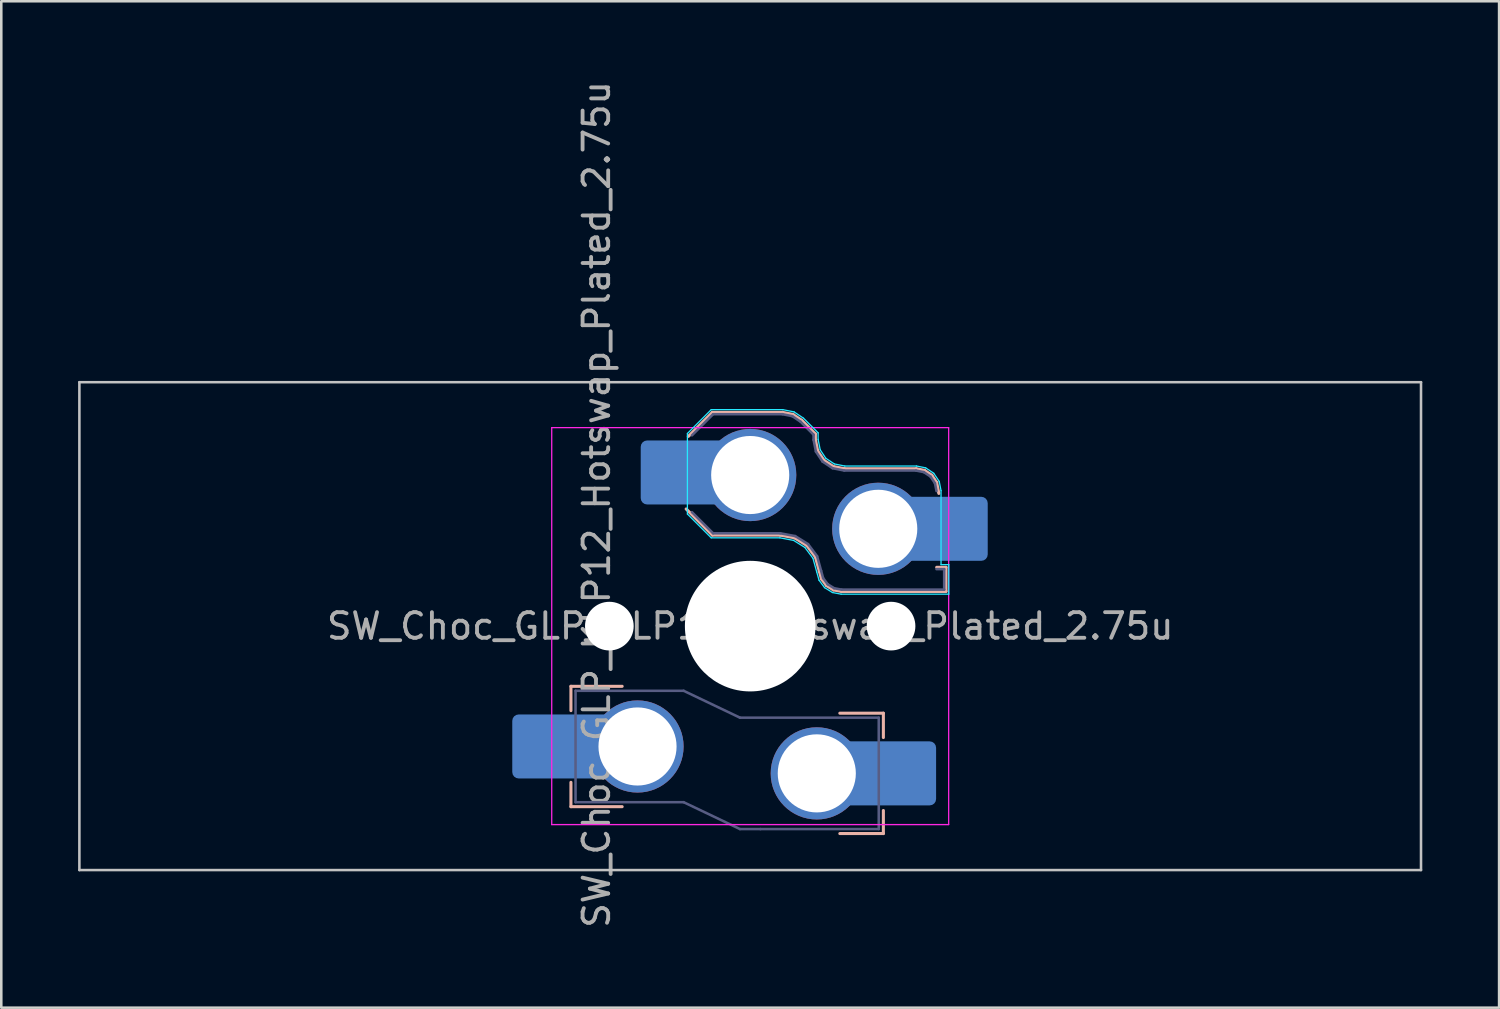
<source format=kicad_pcb>
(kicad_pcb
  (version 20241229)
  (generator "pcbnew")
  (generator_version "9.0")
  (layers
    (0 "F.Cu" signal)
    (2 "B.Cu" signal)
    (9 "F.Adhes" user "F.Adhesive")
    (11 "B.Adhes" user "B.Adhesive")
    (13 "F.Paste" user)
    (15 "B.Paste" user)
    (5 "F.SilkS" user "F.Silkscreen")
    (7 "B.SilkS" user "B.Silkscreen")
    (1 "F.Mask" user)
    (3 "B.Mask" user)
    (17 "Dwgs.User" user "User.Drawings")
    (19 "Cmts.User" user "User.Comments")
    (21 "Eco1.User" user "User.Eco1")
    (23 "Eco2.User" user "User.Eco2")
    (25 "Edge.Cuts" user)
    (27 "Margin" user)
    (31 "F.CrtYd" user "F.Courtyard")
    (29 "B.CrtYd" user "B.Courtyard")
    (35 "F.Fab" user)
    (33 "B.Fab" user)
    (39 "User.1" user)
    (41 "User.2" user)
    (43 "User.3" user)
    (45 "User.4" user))
  (footprint "SW_Choc_GLP_KLP12_Hotswap_Plated_2.75u"
    (layer "F.Cu")
    (at 26.244 21.399)
    (property "Reference" "SW_Choc_GLP_KLP12_Hotswap_Plated_2.75u" (at -6 -4.75 90) (layer "F.Fab") (effects (font (size 1 1) (thickness 0.15))))
    (attr smd)
    (fp_line (start -7 2.35) (end -7 3.3) (stroke (width 0.12) (type solid)) (layer "B.SilkS"))
    (fp_line (start -7 2.35) (end -5 2.35) (stroke (width 0.12) (type solid)) (layer "B.SilkS"))
    (fp_line (start -7 7.05) (end -7 6.1) (stroke (width 0.12) (type solid)) (layer "B.SilkS"))
    (fp_line (start -7 7.05) (end -5 7.05) (stroke (width 0.12) (type solid)) (layer "B.SilkS"))
    (fp_line (start -2.416 -7.409) (end -1.479 -8.346) (stroke (width 0.12) (type solid)) (layer "B.SilkS"))
    (fp_line (start -1.479 -8.346) (end 1.268 -8.346) (stroke (width 0.12) (type solid)) (layer "B.SilkS"))
    (fp_line (start -1.479 -3.554) (end -2.5 -4.575) (stroke (width 0.12) (type solid)) (layer "B.SilkS"))
    (fp_line (start 1.168 -3.554) (end -1.479 -3.554) (stroke (width 0.12) (type solid)) (layer "B.SilkS"))
    (fp_line (start 1.268 -8.346) (end 1.671 -8.266) (stroke (width 0.12) (type solid)) (layer "B.SilkS"))
    (fp_line (start 1.671 -8.266) (end 2.013 -8.037) (stroke (width 0.12) (type solid)) (layer "B.SilkS"))
    (fp_line (start 1.73 -3.449) (end 1.168 -3.554) (stroke (width 0.12) (type solid)) (layer "B.SilkS"))
    (fp_line (start 2.013 -8.037) (end 2.546 -7.504) (stroke (width 0.12) (type solid)) (layer "B.SilkS"))
    (fp_line (start 2.209 -3.15) (end 1.73 -3.449) (stroke (width 0.12) (type solid)) (layer "B.SilkS"))
    (fp_line (start 2.546 -7.504) (end 2.546 -7.282) (stroke (width 0.12) (type solid)) (layer "B.SilkS"))
    (fp_line (start 2.546 -7.282) (end 2.633 -6.844) (stroke (width 0.12) (type solid)) (layer "B.SilkS"))
    (fp_line (start 2.547 -2.697) (end 2.209 -3.15) (stroke (width 0.12) (type solid)) (layer "B.SilkS"))
    (fp_line (start 2.633 -6.844) (end 2.877 -6.477) (stroke (width 0.12) (type solid)) (layer "B.SilkS"))
    (fp_line (start 2.701 -2.139) (end 2.547 -2.697) (stroke (width 0.12) (type solid)) (layer "B.SilkS"))
    (fp_line (start 2.783 -1.841) (end 2.701 -2.139) (stroke (width 0.12) (type solid)) (layer "B.SilkS"))
    (fp_line (start 2.877 -6.477) (end 3.244 -6.233) (stroke (width 0.12) (type solid)) (layer "B.SilkS"))
    (fp_line (start 2.976 -1.583) (end 2.783 -1.841) (stroke (width 0.12) (type solid)) (layer "B.SilkS"))
    (fp_line (start 3.244 -6.233) (end 3.682 -6.146) (stroke (width 0.12) (type solid)) (layer "B.SilkS"))
    (fp_line (start 3.25 -1.413) (end 2.976 -1.583) (stroke (width 0.12) (type solid)) (layer "B.SilkS"))
    (fp_line (start 3.56 -1.354) (end 3.25 -1.413) (stroke (width 0.12) (type solid)) (layer "B.SilkS"))
    (fp_line (start 3.682 -6.146) (end 6.482 -6.146) (stroke (width 0.12) (type solid)) (layer "B.SilkS"))
    (fp_line (start 5.2 3.4) (end 3.5 3.4) (stroke (width 0.12) (type solid)) (layer "B.SilkS"))
    (fp_line (start 5.2 3.4) (end 5.2 4.35) (stroke (width 0.12) (type solid)) (layer "B.SilkS"))
    (fp_line (start 5.2 8.1) (end 3.5 8.1) (stroke (width 0.12) (type solid)) (layer "B.SilkS"))
    (fp_line (start 5.2 8.1) (end 5.2 7.2) (stroke (width 0.12) (type solid)) (layer "B.SilkS"))
    (fp_line (start 6.482 -6.146) (end 6.809 -6.081) (stroke (width 0.12) (type solid)) (layer "B.SilkS"))
    (fp_line (start 6.809 -6.081) (end 7.092 -5.892) (stroke (width 0.12) (type solid)) (layer "B.SilkS"))
    (fp_line (start 7.092 -5.892) (end 7.281 -5.609) (stroke (width 0.12) (type solid)) (layer "B.SilkS"))
    (fp_line (start 7.281 -5.609) (end 7.366 -5.182) (stroke (width 0.12) (type solid)) (layer "B.SilkS"))
    (fp_line (start 7.283 -2.296) (end 7.646 -2.296) (stroke (width 0.12) (type solid)) (layer "B.SilkS"))
    (fp_line (start 7.646 -2.296) (end 7.646 -1.354) (stroke (width 0.12) (type solid)) (layer "B.SilkS"))
    (fp_line (start 7.646 -1.354) (end 3.56 -1.354) (stroke (width 0.12) (type solid)) (layer "B.SilkS"))
    (fp_line (start -26.194 -9.525) (end -26.194 9.525) (stroke (width 0.1) (type default)) (layer "Dwgs.User"))
    (fp_line (start -26.194 -9.525) (end 26.194 -9.525) (stroke (width 0.1) (type solid)) (layer "Dwgs.User"))
    (fp_line (start -26.194 9.525) (end 26.194 9.525) (stroke (width 0.1) (type solid)) (layer "Dwgs.User"))
    (fp_line (start 26.194 -9.525) (end 26.194 9.525) (stroke (width 0.1) (type default)) (layer "Dwgs.User"))
    (fp_line (start -2.452 -7.523) (end -1.523 -8.452) (stroke (width 0.05) (type solid)) (layer "B.CrtYd"))
    (fp_line (start -2.452 -4.377) (end -2.452 -7.523) (stroke (width 0.05) (type solid)) (layer "B.CrtYd"))
    (fp_line (start -1.523 -8.452) (end 1.278 -8.452) (stroke (width 0.05) (type solid)) (layer "B.CrtYd"))
    (fp_line (start -1.523 -3.448) (end -2.452 -4.377) (stroke (width 0.05) (type solid)) (layer "B.CrtYd"))
    (fp_line (start 1.159 -3.448) (end -1.523 -3.448) (stroke (width 0.05) (type solid)) (layer "B.CrtYd"))
    (fp_line (start 1.278 -8.452) (end 1.712 -8.366) (stroke (width 0.05) (type solid)) (layer "B.CrtYd"))
    (fp_line (start 1.691 -3.348) (end 1.159 -3.448) (stroke (width 0.05) (type solid)) (layer "B.CrtYd"))
    (fp_line (start 1.712 -8.366) (end 2.081 -8.119) (stroke (width 0.05) (type solid)) (layer "B.CrtYd"))
    (fp_line (start 2.081 -8.119) (end 2.652 -7.548) (stroke (width 0.05) (type solid)) (layer "B.CrtYd"))
    (fp_line (start 2.136 -3.071) (end 1.691 -3.348) (stroke (width 0.05) (type solid)) (layer "B.CrtYd"))
    (fp_line (start 2.45 -2.65) (end 2.136 -3.071) (stroke (width 0.05) (type solid)) (layer "B.CrtYd"))
    (fp_line (start 2.599 -2.111) (end 2.45 -2.65) (stroke (width 0.05) (type solid)) (layer "B.CrtYd"))
    (fp_line (start 2.652 -7.548) (end 2.652 -7.292) (stroke (width 0.05) (type solid)) (layer "B.CrtYd"))
    (fp_line (start 2.652 -7.292) (end 2.733 -6.885) (stroke (width 0.05) (type solid)) (layer "B.CrtYd"))
    (fp_line (start 2.687 -1.794) (end 2.599 -2.111) (stroke (width 0.05) (type solid)) (layer "B.CrtYd"))
    (fp_line (start 2.733 -6.885) (end 2.953 -6.553) (stroke (width 0.05) (type solid)) (layer "B.CrtYd"))
    (fp_line (start 2.903 -1.503) (end 2.687 -1.794) (stroke (width 0.05) (type solid)) (layer "B.CrtYd"))
    (fp_line (start 2.953 -6.553) (end 3.285 -6.333) (stroke (width 0.05) (type solid)) (layer "B.CrtYd"))
    (fp_line (start 3.211 -1.312) (end 2.903 -1.503) (stroke (width 0.05) (type solid)) (layer "B.CrtYd"))
    (fp_line (start 3.285 -6.333) (end 3.692 -6.252) (stroke (width 0.05) (type solid)) (layer "B.CrtYd"))
    (fp_line (start 3.55 -1.248) (end 3.211 -1.312) (stroke (width 0.05) (type solid)) (layer "B.CrtYd"))
    (fp_line (start 3.692 -6.252) (end 6.492 -6.252) (stroke (width 0.05) (type solid)) (layer "B.CrtYd"))
    (fp_line (start 6.492 -6.252) (end 6.85 -6.181) (stroke (width 0.05) (type solid)) (layer "B.CrtYd"))
    (fp_line (start 6.85 -6.181) (end 7.168 -5.968) (stroke (width 0.05) (type solid)) (layer "B.CrtYd"))
    (fp_line (start 7.168 -5.968) (end 7.381 -5.65) (stroke (width 0.05) (type solid)) (layer "B.CrtYd"))
    (fp_line (start 7.381 -5.65) (end 7.452 -5.292) (stroke (width 0.05) (type solid)) (layer "B.CrtYd"))
    (fp_line (start 7.452 -5.292) (end 7.452 -2.402) (stroke (width 0.05) (type solid)) (layer "B.CrtYd"))
    (fp_line (start 7.452 -2.402) (end 7.752 -2.402) (stroke (width 0.05) (type solid)) (layer "B.CrtYd"))
    (fp_line (start 7.752 -2.402) (end 7.752 -1.248) (stroke (width 0.05) (type solid)) (layer "B.CrtYd"))
    (fp_line (start 7.752 -1.248) (end 3.55 -1.248) (stroke (width 0.05) (type solid)) (layer "B.CrtYd"))
    (fp_line (start -7.75 7.75) (end -7.75 -7.75) (stroke (width 0.05) (type solid)) (layer "F.CrtYd"))
    (fp_line (start 7.75 -7.75) (end -7.75 -7.75) (stroke (width 0.05) (type solid)) (layer "F.CrtYd"))
    (fp_line (start 7.75 -7.75) (end 7.75 7.75) (stroke (width 0.05) (type solid)) (layer "F.CrtYd"))
    (fp_line (start 7.75 7.75) (end -7.75 7.75) (stroke (width 0.05) (type solid)) (layer "F.CrtYd"))
    (fp_line (start -6.82 2.525) (end -6.82 6.875) (stroke (width 0.1) (type solid)) (layer "B.Fab"))
    (fp_line (start -6.82 2.525) (end -2.6 2.525) (stroke (width 0.1) (type solid)) (layer "B.Fab"))
    (fp_line (start -6.82 6.875) (end -2.6 6.875) (stroke (width 0.1) (type solid)) (layer "B.Fab"))
    (fp_line (start -2.6 2.525) (end -0.4 3.575) (stroke (width 0.1) (type solid)) (layer "B.Fab"))
    (fp_line (start -2.6 6.875) (end -0.4 7.925) (stroke (width 0.1) (type solid)) (layer "B.Fab"))
    (fp_line (start -2.275 -7.45) (end -1.45 -8.275) (stroke (width 0.1) (type solid)) (layer "B.Fab"))
    (fp_line (start -1.45 -8.275) (end 1.261 -8.275) (stroke (width 0.1) (type solid)) (layer "B.Fab"))
    (fp_line (start -1.45 -3.625) (end -2.275 -4.45) (stroke (width 0.1) (type solid)) (layer "B.Fab"))
    (fp_line (start 0.4 7.925) (end -0.4 7.925) (stroke (width 0.1) (type solid)) (layer "B.Fab"))
    (fp_line (start 1.175 -3.625) (end -1.45 -3.625) (stroke (width 0.1) (type solid)) (layer "B.Fab"))
    (fp_line (start 1.261 -8.275) (end 1.643 -8.199) (stroke (width 0.1) (type solid)) (layer "B.Fab"))
    (fp_line (start 1.643 -8.199) (end 1.968 -7.982) (stroke (width 0.1) (type solid)) (layer "B.Fab"))
    (fp_line (start 1.756 -3.516) (end 1.175 -3.625) (stroke (width 0.1) (type solid)) (layer "B.Fab"))
    (fp_line (start 1.968 -7.982) (end 2.475 -7.475) (stroke (width 0.1) (type solid)) (layer "B.Fab"))
    (fp_line (start 2.258 -3.203) (end 1.756 -3.516) (stroke (width 0.1) (type solid)) (layer "B.Fab"))
    (fp_line (start 2.475 -7.475) (end 2.475 -7.275) (stroke (width 0.1) (type solid)) (layer "B.Fab"))
    (fp_line (start 2.475 -7.275) (end 2.566 -6.816) (stroke (width 0.1) (type solid)) (layer "B.Fab"))
    (fp_line (start 2.566 -6.816) (end 2.826 -6.426) (stroke (width 0.1) (type solid)) (layer "B.Fab"))
    (fp_line (start 2.612 -2.729) (end 2.258 -3.203) (stroke (width 0.1) (type solid)) (layer "B.Fab"))
    (fp_line (start 2.769 -2.158) (end 2.612 -2.729) (stroke (width 0.1) (type solid)) (layer "B.Fab"))
    (fp_line (start 2.826 -6.426) (end 3.216 -6.166) (stroke (width 0.1) (type solid)) (layer "B.Fab"))
    (fp_line (start 2.848 -1.873) (end 2.769 -2.158) (stroke (width 0.1) (type solid)) (layer "B.Fab"))
    (fp_line (start 3.025 -1.636) (end 2.848 -1.873) (stroke (width 0.1) (type solid)) (layer "B.Fab"))
    (fp_line (start 3.216 -6.166) (end 3.675 -6.075) (stroke (width 0.1) (type solid)) (layer "B.Fab"))
    (fp_line (start 3.276 -1.48) (end 3.025 -1.636) (stroke (width 0.1) (type solid)) (layer "B.Fab"))
    (fp_line (start 3.567 -1.425) (end 3.276 -1.48) (stroke (width 0.1) (type solid)) (layer "B.Fab"))
    (fp_line (start 3.675 -6.075) (end 6.475 -6.075) (stroke (width 0.1) (type solid)) (layer "B.Fab"))
    (fp_line (start 5.02 3.575) (end -0.4 3.575) (stroke (width 0.1) (type solid)) (layer "B.Fab"))
    (fp_line (start 5.02 3.575) (end 5.02 7.925) (stroke (width 0.1) (type solid)) (layer "B.Fab"))
    (fp_line (start 5.02 7.925) (end 0.4 7.925) (stroke (width 0.1) (type solid)) (layer "B.Fab"))
    (fp_line (start 6.475 -6.075) (end 6.781 -6.014) (stroke (width 0.1) (type solid)) (layer "B.Fab"))
    (fp_line (start 6.781 -6.014) (end 7.041 -5.841) (stroke (width 0.1) (type solid)) (layer "B.Fab"))
    (fp_line (start 7.041 -5.841) (end 7.214 -5.581) (stroke (width 0.1) (type solid)) (layer "B.Fab"))
    (fp_line (start 7.214 -5.581) (end 7.275 -5.275) (stroke (width 0.1) (type solid)) (layer "B.Fab"))
    (fp_line (start 7.275 -2.225) (end 7.575 -2.225) (stroke (width 0.1) (type solid)) (layer "B.Fab"))
    (fp_line (start 7.575 -2.225) (end 7.575 -1.425) (stroke (width 0.1) (type solid)) (layer "B.Fab"))
    (fp_line (start 7.575 -1.425) (end 3.567 -1.425) (stroke (width 0.1) (type solid)) (layer "B.Fab"))
    (fp_rect (start -7.05 -7.05) (end 7.05 7.05) (stroke (width 0.12) (type default)) (fill no) (layer "User.1"))
    (fp_text user "${REFERENCE}" (at 0 0 0) (layer "F.Fab") (effects (font (size 1 1) (thickness 0.15))))
    (pad "" smd roundrect (at -8.04 4.7) (size 2.5 2.5) (layers "B.Mask" "B.Paste") (roundrect_rratio 0.1))
    (pad "" smd roundrect (at -8.04 4.7) (size 2.5 2.5) (layers "B.Paste") (roundrect_rratio 0.1))
    (pad "" np_thru_hole circle (at -5.5 0) (size 1.9 1.9) (drill 1.9) (layers "*.Cu" "*.Mask"))
    (pad "" smd roundrect (at -3.025 -6) (size 2.5 2.5) (layers "B.Paste") (roundrect_rratio 0.1))
    (pad "" np_thru_hole circle (at 0 0) (size 5.1 5.1) (drill 5.1) (layers "*.Cu" "*.Mask"))
    (pad "" np_thru_hole circle (at 5.5 0) (size 1.9 1.9) (drill 1.9) (layers "*.Cu" "*.Mask"))
    (pad "" smd roundrect (at 6.01 5.75) (size 2.5 2.5) (layers "B.Mask" "B.Paste") (roundrect_rratio 0.1))
    (pad "" smd roundrect (at 6.01 5.75) (size 2.5 2.5) (layers "B.Paste") (roundrect_rratio 0.1))
    (pad "" smd roundrect (at 8.025 -3.8) (size 2.5 2.5) (layers "B.Paste") (roundrect_rratio 0.1))
    (pad "1" thru_hole circle (at 2.6 5.75) (size 3.6 3.6) (drill 3.05) (layers "*.Cu" "*.Mask"))
    (pad "1" thru_hole circle (at 5 -3.8) (size 3.6 3.6) (drill 3.05) (layers "*.Cu" "*.Mask"))
    (pad "1" smd roundrect (at 5.334 5.75) (size 3.85 2.5) (layers "B.Cu" "B.Mask") (roundrect_rratio 0.1))
    (pad "1" smd roundrect (at 7.35 -3.8) (size 3.85 2.5) (layers "B.Cu" "B.Mask") (roundrect_rratio 0.1))
    (pad "2" smd roundrect (at -7.366 4.699) (size 3.85 2.5) (layers "B.Cu" "B.Mask") (roundrect_rratio 0.1))
    (pad "2" thru_hole circle (at -4.4 4.7) (size 3.6 3.6) (drill 3.05) (layers "*.Cu" "*.Mask"))
    (pad "2" smd roundrect (at -2.35 -6) (size 3.85 2.5) (layers "B.Cu" "B.Mask") (roundrect_rratio 0.1))
    (pad "2" thru_hole circle (at 0 -5.9) (size 3.6 3.6) (drill 3.05) (layers "*.Cu" "*.Mask")))
  (gr_rect
    (start -3 -3)
    (end 55.487 36.298)
    (stroke (width 0.1) (type default))
    (fill no)
    (layer "Edge.Cuts")))
</source>
